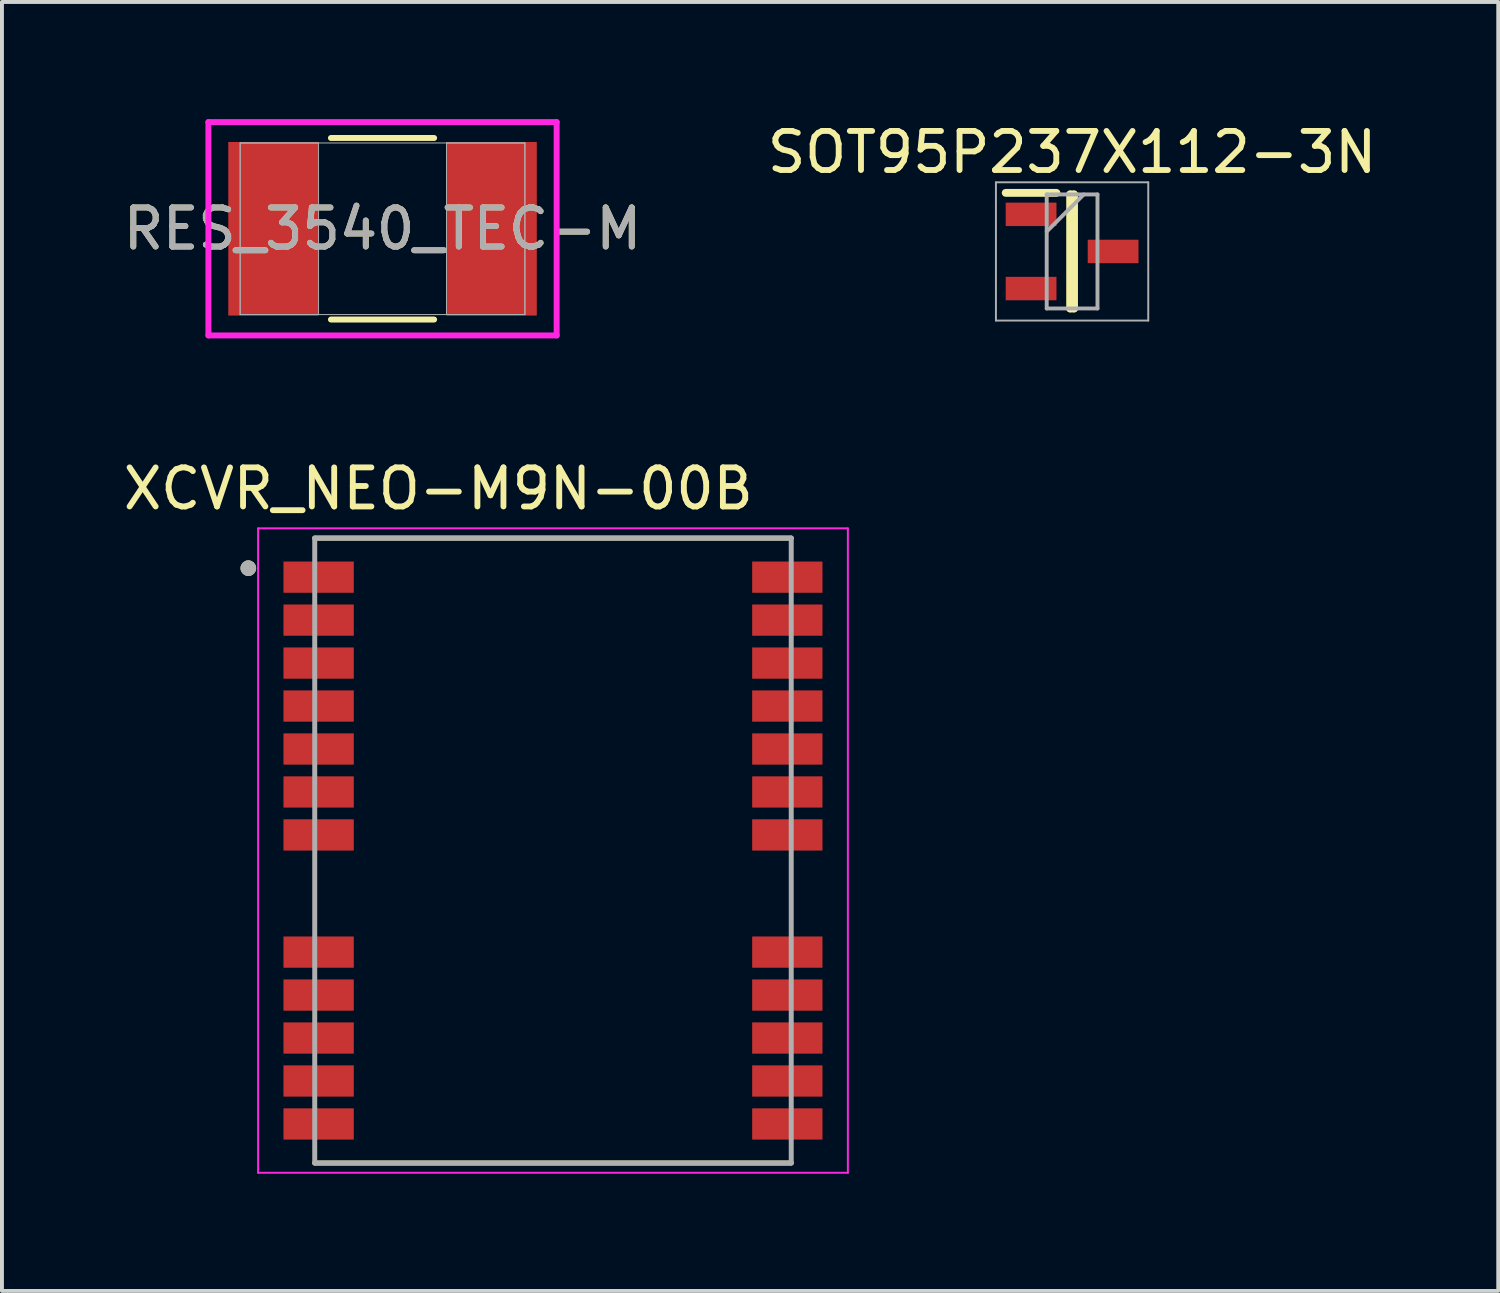
<source format=kicad_pcb>
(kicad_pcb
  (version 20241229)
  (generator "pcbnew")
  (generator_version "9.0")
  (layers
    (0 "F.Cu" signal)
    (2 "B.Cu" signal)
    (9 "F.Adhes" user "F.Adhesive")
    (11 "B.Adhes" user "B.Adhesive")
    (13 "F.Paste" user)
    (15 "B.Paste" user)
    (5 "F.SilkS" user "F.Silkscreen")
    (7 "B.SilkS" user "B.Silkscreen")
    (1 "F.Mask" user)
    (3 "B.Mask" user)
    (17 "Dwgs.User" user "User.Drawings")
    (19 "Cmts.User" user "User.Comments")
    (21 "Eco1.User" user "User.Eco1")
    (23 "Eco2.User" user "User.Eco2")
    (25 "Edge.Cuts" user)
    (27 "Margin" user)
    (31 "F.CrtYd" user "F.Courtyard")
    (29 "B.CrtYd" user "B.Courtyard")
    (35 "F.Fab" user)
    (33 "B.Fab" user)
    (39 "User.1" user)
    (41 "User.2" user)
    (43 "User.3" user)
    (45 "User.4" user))
  (footprint "RES_3540_TEC-M"
    (layer "F.Cu")
    (at 6.744 2.807)
    (property "Reference" "RES_3540_TEC-M" (at 0 0 0) (unlocked yes) (layer "F.SilkS") (effects (font (size 1 1) (thickness 0.15))))
    (attr smd)
    (fp_line (start -1.321 2.324) (end 1.321 2.324) (stroke (width 0.152) (type solid)) (layer "F.SilkS"))
    (fp_line (start 1.321 -2.324) (end -1.321 -2.324) (stroke (width 0.152) (type solid)) (layer "F.SilkS"))
    (fp_line (start -4.458 -2.731) (end 4.458 -2.731) (stroke (width 0.152) (type solid)) (layer "F.CrtYd"))
    (fp_line (start -4.458 2.731) (end -4.458 -2.731) (stroke (width 0.152) (type solid)) (layer "F.CrtYd"))
    (fp_line (start 4.458 -2.731) (end 4.458 2.731) (stroke (width 0.152) (type solid)) (layer "F.CrtYd"))
    (fp_line (start 4.458 2.731) (end -4.458 2.731) (stroke (width 0.152) (type solid)) (layer "F.CrtYd"))
    (fp_line (start -3.645 -2.197) (end -3.645 2.197) (stroke (width 0.025) (type solid)) (layer "F.Fab"))
    (fp_line (start -3.645 -2.197) (end -3.645 2.197) (stroke (width 0.025) (type solid)) (layer "F.Fab"))
    (fp_line (start -3.645 2.197) (end -1.638 2.197) (stroke (width 0.025) (type solid)) (layer "F.Fab"))
    (fp_line (start -3.645 2.197) (end 3.645 2.197) (stroke (width 0.025) (type solid)) (layer "F.Fab"))
    (fp_line (start -1.638 -2.197) (end -3.645 -2.197) (stroke (width 0.025) (type solid)) (layer "F.Fab"))
    (fp_line (start -1.638 2.197) (end -1.638 -2.197) (stroke (width 0.025) (type solid)) (layer "F.Fab"))
    (fp_line (start 1.638 -2.197) (end 1.638 2.197) (stroke (width 0.025) (type solid)) (layer "F.Fab"))
    (fp_line (start 1.638 2.197) (end 3.645 2.197) (stroke (width 0.025) (type solid)) (layer "F.Fab"))
    (fp_line (start 3.645 -2.197) (end -3.645 -2.197) (stroke (width 0.025) (type solid)) (layer "F.Fab"))
    (fp_line (start 3.645 -2.197) (end 1.638 -2.197) (stroke (width 0.025) (type solid)) (layer "F.Fab"))
    (fp_line (start 3.645 2.197) (end 3.645 -2.197) (stroke (width 0.025) (type solid)) (layer "F.Fab"))
    (fp_line (start 3.645 2.197) (end 3.645 -2.197) (stroke (width 0.025) (type solid)) (layer "F.Fab"))
    (fp_text user "${REFERENCE}" (at 0 0 0) (unlocked yes) (layer "F.Fab") (effects (font (size 1 1) (thickness 0.15))))
    (pad "1" smd rect (at -2.794 0) (size 2.311 4.445) (layers "F.Cu" "F.Mask" "F.Paste"))
    (pad "2" smd rect (at 2.794 0) (size 2.311 4.445) (layers "F.Cu" "F.Mask" "F.Paste"))
    (zone (net_name "") (layer "F.Cu") (hatch full 0.508) (connect_pads) (min_thickness 0.254) (filled_areas_thickness no) (keepout (tracks not_allowed) (vias not_allowed) (pads allowed) (copperpour not_allowed) (footprints allowed)) (placement (enabled no)) (fill) (polygon (pts (xy 5.157 0.66) (xy 8.332 0.66) (xy 8.332 4.953) (xy 5.157 4.953)))))
  (footprint "SOT95P237X112-3N"
    (layer "F.Cu")
    (at 24.399 3.388)
    (property "Reference" "SOT95P237X112-3N" (at 0 -2.54 0) (layer "F.SilkS") (effects (font (size 1 1) (thickness 0.15))))
    (attr smd)
    (fp_line (start -1.7 -1.5) (end -0.4 -1.5) (stroke (width 0.2) (type solid)) (layer "F.SilkS"))
    (fp_line (start -0.05 -1.46) (end 0.05 -1.46) (stroke (width 0.2) (type solid)) (layer "F.SilkS"))
    (fp_line (start -0.05 1.46) (end -0.05 -1.46) (stroke (width 0.2) (type solid)) (layer "F.SilkS"))
    (fp_line (start 0.05 -1.46) (end 0.05 1.46) (stroke (width 0.2) (type solid)) (layer "F.SilkS"))
    (fp_line (start 0.05 1.46) (end -0.05 1.46) (stroke (width 0.2) (type solid)) (layer "F.SilkS"))
    (fp_line (start -1.95 -1.77) (end 1.95 -1.77) (stroke (width 0.05) (type solid)) (layer "F.Fab"))
    (fp_line (start -1.95 1.77) (end -1.95 -1.77) (stroke (width 0.05) (type solid)) (layer "F.Fab"))
    (fp_line (start -0.65 -1.46) (end 0.65 -1.46) (stroke (width 0.1) (type solid)) (layer "F.Fab"))
    (fp_line (start -0.65 -0.51) (end 0.3 -1.46) (stroke (width 0.1) (type solid)) (layer "F.Fab"))
    (fp_line (start -0.65 1.46) (end -0.65 -1.46) (stroke (width 0.1) (type solid)) (layer "F.Fab"))
    (fp_line (start 0.65 -1.46) (end 0.65 1.46) (stroke (width 0.1) (type solid)) (layer "F.Fab"))
    (fp_line (start 0.65 1.46) (end -0.65 1.46) (stroke (width 0.1) (type solid)) (layer "F.Fab"))
    (fp_line (start 1.95 -1.77) (end 1.95 1.77) (stroke (width 0.05) (type solid)) (layer "F.Fab"))
    (fp_line (start 1.95 1.77) (end -1.95 1.77) (stroke (width 0.05) (type solid)) (layer "F.Fab"))
    (pad "1" smd rect (at -1.05 -0.95) (size 1.3 0.6) (layers "F.Cu" "F.Mask" "F.Paste"))
    (pad "2" smd rect (at -1.05 0.95) (size 1.3 0.6) (layers "F.Cu" "F.Mask" "F.Paste"))
    (pad "3" smd rect (at 1.05 0) (size 1.3 0.6) (layers "F.Cu" "F.Mask" "F.Paste")))
  (footprint "XCVR_NEO-M9N-00B"
    (layer "F.Cu")
    (at 11.108 18.727)
    (property "Reference" "XCVR_NEO-M9N-00B" (at -2.935 -9.265 0) (layer "F.SilkS") (effects (font (size 1 1) (thickness 0.15))))
    (attr through_hole)
    (fp_line (start -6.1 -8) (end 6.1 -8) (stroke (width 0.127) (type solid)) (layer "F.SilkS"))
    (fp_line (start 6.1 8) (end -6.1 8) (stroke (width 0.127) (type solid)) (layer "F.SilkS"))
    (fp_circle (center -7.8 -7.23) (end -7.7 -7.23) (stroke (width 0.2) (type solid)) (fill no) (layer "F.SilkS"))
    (fp_poly (pts (xy -7.3 -7.4) (xy -6.1 -7.4) (xy -6.1 -7.3) (xy -5.2 -7.3) (xy -5.2 -6.7) (xy -6.1 -6.7) (xy -6.1 -6.6) (xy -7.3 -6.6)) (stroke (width 0.01) (type solid)) (fill yes) (layer "F.Paste"))
    (fp_poly (pts (xy -7.3 -6.3) (xy -6.1 -6.3) (xy -6.1 -6.2) (xy -5.2 -6.2) (xy -5.2 -5.6) (xy -6.1 -5.6) (xy -6.1 -5.5) (xy -7.3 -5.5)) (stroke (width 0.01) (type solid)) (fill yes) (layer "F.Paste"))
    (fp_poly (pts (xy -7.3 -5.2) (xy -6.1 -5.2) (xy -6.1 -5.1) (xy -5.2 -5.1) (xy -5.2 -4.5) (xy -6.1 -4.5) (xy -6.1 -4.4) (xy -7.3 -4.4)) (stroke (width 0.01) (type solid)) (fill yes) (layer "F.Paste"))
    (fp_poly (pts (xy -7.3 -4.1) (xy -6.1 -4.1) (xy -6.1 -4) (xy -5.2 -4) (xy -5.2 -3.4) (xy -6.1 -3.4) (xy -6.1 -3.3) (xy -7.3 -3.3)) (stroke (width 0.01) (type solid)) (fill yes) (layer "F.Paste"))
    (fp_poly (pts (xy -7.3 -3) (xy -6.1 -3) (xy -6.1 -2.9) (xy -5.2 -2.9) (xy -5.2 -2.3) (xy -6.1 -2.3) (xy -6.1 -2.2) (xy -7.3 -2.2)) (stroke (width 0.01) (type solid)) (fill yes) (layer "F.Paste"))
    (fp_poly (pts (xy -7.3 -1.9) (xy -6.1 -1.9) (xy -6.1 -1.8) (xy -5.2 -1.8) (xy -5.2 -1.2) (xy -6.1 -1.2) (xy -6.1 -1.1) (xy -7.3 -1.1)) (stroke (width 0.01) (type solid)) (fill yes) (layer "F.Paste"))
    (fp_poly (pts (xy -7.3 -0.8) (xy -6.1 -0.8) (xy -6.1 -0.7) (xy -5.2 -0.7) (xy -5.2 -0.1) (xy -6.1 -0.1) (xy -6.1 0) (xy -7.3 0)) (stroke (width 0.01) (type solid)) (fill yes) (layer "F.Paste"))
    (fp_poly (pts (xy -7.3 2.2) (xy -6.1 2.2) (xy -6.1 2.3) (xy -5.2 2.3) (xy -5.2 2.9) (xy -6.1 2.9) (xy -6.1 3) (xy -7.3 3)) (stroke (width 0.01) (type solid)) (fill yes) (layer "F.Paste"))
    (fp_poly (pts (xy -7.3 3.3) (xy -6.1 3.3) (xy -6.1 3.4) (xy -5.2 3.4) (xy -5.2 4) (xy -6.1 4) (xy -6.1 4.1) (xy -7.3 4.1)) (stroke (width 0.01) (type solid)) (fill yes) (layer "F.Paste"))
    (fp_poly (pts (xy -7.3 4.4) (xy -6.1 4.4) (xy -6.1 4.5) (xy -5.2 4.5) (xy -5.2 5.1) (xy -6.1 5.1) (xy -6.1 5.2) (xy -7.3 5.2)) (stroke (width 0.01) (type solid)) (fill yes) (layer "F.Paste"))
    (fp_poly (pts (xy -7.3 5.5) (xy -6.1 5.5) (xy -6.1 5.6) (xy -5.2 5.6) (xy -5.2 6.2) (xy -6.1 6.2) (xy -6.1 6.3) (xy -7.3 6.3)) (stroke (width 0.01) (type solid)) (fill yes) (layer "F.Paste"))
    (fp_poly (pts (xy -7.3 6.6) (xy -6.1 6.6) (xy -6.1 6.7) (xy -5.2 6.7) (xy -5.2 7.3) (xy -6.1 7.3) (xy -6.1 7.4) (xy -7.3 7.4)) (stroke (width 0.01) (type solid)) (fill yes) (layer "F.Paste"))
    (fp_poly (pts (xy 5.2 -7.3) (xy 6.1 -7.3) (xy 6.1 -7.4) (xy 7.3 -7.4) (xy 7.3 -6.6) (xy 6.1 -6.6) (xy 6.1 -6.7) (xy 5.2 -6.7)) (stroke (width 0.01) (type solid)) (fill yes) (layer "F.Paste"))
    (fp_poly (pts (xy 5.2 -6.2) (xy 6.1 -6.2) (xy 6.1 -6.3) (xy 7.3 -6.3) (xy 7.3 -5.5) (xy 6.1 -5.5) (xy 6.1 -5.6) (xy 5.2 -5.6)) (stroke (width 0.01) (type solid)) (fill yes) (layer "F.Paste"))
    (fp_poly (pts (xy 5.2 -5.1) (xy 6.1 -5.1) (xy 6.1 -5.2) (xy 7.3 -5.2) (xy 7.3 -4.4) (xy 6.1 -4.4) (xy 6.1 -4.5) (xy 5.2 -4.5)) (stroke (width 0.01) (type solid)) (fill yes) (layer "F.Paste"))
    (fp_poly (pts (xy 5.2 -4) (xy 6.1 -4) (xy 6.1 -4.1) (xy 7.3 -4.1) (xy 7.3 -3.3) (xy 6.1 -3.3) (xy 6.1 -3.4) (xy 5.2 -3.4)) (stroke (width 0.01) (type solid)) (fill yes) (layer "F.Paste"))
    (fp_poly (pts (xy 5.2 -2.9) (xy 6.1 -2.9) (xy 6.1 -3) (xy 7.3 -3) (xy 7.3 -2.2) (xy 6.1 -2.2) (xy 6.1 -2.3) (xy 5.2 -2.3)) (stroke (width 0.01) (type solid)) (fill yes) (layer "F.Paste"))
    (fp_poly (pts (xy 5.2 -1.8) (xy 6.1 -1.8) (xy 6.1 -1.9) (xy 7.3 -1.9) (xy 7.3 -1.1) (xy 6.1 -1.1) (xy 6.1 -1.2) (xy 5.2 -1.2)) (stroke (width 0.01) (type solid)) (fill yes) (layer "F.Paste"))
    (fp_poly (pts (xy 5.2 -0.7) (xy 6.1 -0.7) (xy 6.1 -0.8) (xy 7.3 -0.8) (xy 7.3 0) (xy 6.1 0) (xy 6.1 -0.1) (xy 5.2 -0.1)) (stroke (width 0.01) (type solid)) (fill yes) (layer "F.Paste"))
    (fp_poly (pts (xy 5.2 2.3) (xy 6.1 2.3) (xy 6.1 2.2) (xy 7.3 2.2) (xy 7.3 3) (xy 6.1 3) (xy 6.1 2.9) (xy 5.2 2.9)) (stroke (width 0.01) (type solid)) (fill yes) (layer "F.Paste"))
    (fp_poly (pts (xy 5.2 3.4) (xy 6.1 3.4) (xy 6.1 3.3) (xy 7.3 3.3) (xy 7.3 4.1) (xy 6.1 4.1) (xy 6.1 4) (xy 5.2 4)) (stroke (width 0.01) (type solid)) (fill yes) (layer "F.Paste"))
    (fp_poly (pts (xy 5.2 4.5) (xy 6.1 4.5) (xy 6.1 4.4) (xy 7.3 4.4) (xy 7.3 5.2) (xy 6.1 5.2) (xy 6.1 5.1) (xy 5.2 5.1)) (stroke (width 0.01) (type solid)) (fill yes) (layer "F.Paste"))
    (fp_poly (pts (xy 5.2 5.6) (xy 6.1 5.6) (xy 6.1 5.5) (xy 7.3 5.5) (xy 7.3 6.3) (xy 6.1 6.3) (xy 6.1 6.2) (xy 5.2 6.2)) (stroke (width 0.01) (type solid)) (fill yes) (layer "F.Paste"))
    (fp_poly (pts (xy 5.2 6.7) (xy 6.1 6.7) (xy 6.1 6.6) (xy 7.3 6.6) (xy 7.3 7.4) (xy 6.1 7.4) (xy 6.1 7.3) (xy 5.2 7.3)) (stroke (width 0.01) (type solid)) (fill yes) (layer "F.Paste"))
    (fp_line (start -7.55 -8.25) (end 7.55 -8.25) (stroke (width 0.05) (type solid)) (layer "F.CrtYd"))
    (fp_line (start -7.55 8.25) (end -7.55 -8.25) (stroke (width 0.05) (type solid)) (layer "F.CrtYd"))
    (fp_line (start 7.55 -8.25) (end 7.55 8.25) (stroke (width 0.05) (type solid)) (layer "F.CrtYd"))
    (fp_line (start 7.55 8.25) (end -7.55 8.25) (stroke (width 0.05) (type solid)) (layer "F.CrtYd"))
    (fp_line (start -6.1 -8) (end -6.1 8) (stroke (width 0.127) (type solid)) (layer "F.Fab"))
    (fp_line (start 6.1 -8) (end -6.1 -8) (stroke (width 0.127) (type solid)) (layer "F.Fab"))
    (fp_line (start 6.1 8) (end -6.1 8) (stroke (width 0.127) (type solid)) (layer "F.Fab"))
    (fp_line (start 6.1 8) (end 6.1 -8) (stroke (width 0.127) (type solid)) (layer "F.Fab"))
    (fp_circle (center -7.8 -7.23) (end -7.7 -7.23) (stroke (width 0.2) (type solid)) (fill no) (layer "F.Fab"))
    (pad "1" smd rect (at -6 -7) (size 1.8 0.8) (layers "F.Cu" "F.Mask"))
    (pad "2" smd rect (at -6 -5.9) (size 1.8 0.8) (layers "F.Cu" "F.Mask"))
    (pad "3" smd rect (at -6 -4.8) (size 1.8 0.8) (layers "F.Cu" "F.Mask"))
    (pad "4" smd rect (at -6 -3.7) (size 1.8 0.8) (layers "F.Cu" "F.Mask"))
    (pad "5" smd rect (at -6 -2.6) (size 1.8 0.8) (layers "F.Cu" "F.Mask"))
    (pad "6" smd rect (at -6 -1.5) (size 1.8 0.8) (layers "F.Cu" "F.Mask"))
    (pad "7" smd rect (at -6 -0.4) (size 1.8 0.8) (layers "F.Cu" "F.Mask"))
    (pad "8" smd rect (at -6 2.6) (size 1.8 0.8) (layers "F.Cu" "F.Mask"))
    (pad "9" smd rect (at -6 3.7) (size 1.8 0.8) (layers "F.Cu" "F.Mask"))
    (pad "10" smd rect (at -6 4.8) (size 1.8 0.8) (layers "F.Cu" "F.Mask"))
    (pad "11" smd rect (at -6 5.9) (size 1.8 0.8) (layers "F.Cu" "F.Mask"))
    (pad "12" smd rect (at -6 7) (size 1.8 0.8) (layers "F.Cu" "F.Mask"))
    (pad "13" smd rect (at 6 7) (size 1.8 0.8) (layers "F.Cu" "F.Mask"))
    (pad "14" smd rect (at 6 5.9) (size 1.8 0.8) (layers "F.Cu" "F.Mask"))
    (pad "15" smd rect (at 6 4.8) (size 1.8 0.8) (layers "F.Cu" "F.Mask"))
    (pad "16" smd rect (at 6 3.7) (size 1.8 0.8) (layers "F.Cu" "F.Mask"))
    (pad "17" smd rect (at 6 2.6) (size 1.8 0.8) (layers "F.Cu" "F.Mask"))
    (pad "18" smd rect (at 6 -0.4) (size 1.8 0.8) (layers "F.Cu" "F.Mask"))
    (pad "19" smd rect (at 6 -1.5) (size 1.8 0.8) (layers "F.Cu" "F.Mask"))
    (pad "20" smd rect (at 6 -2.6) (size 1.8 0.8) (layers "F.Cu" "F.Mask"))
    (pad "21" smd rect (at 6 -3.7) (size 1.8 0.8) (layers "F.Cu" "F.Mask"))
    (pad "22" smd rect (at 6 -4.8) (size 1.8 0.8) (layers "F.Cu" "F.Mask"))
    (pad "23" smd rect (at 6 -5.9) (size 1.8 0.8) (layers "F.Cu" "F.Mask"))
    (pad "24" smd rect (at 6 -7) (size 1.8 0.8) (layers "F.Cu" "F.Mask")))
  (gr_rect
    (start -3 -3)
    (end 35.31 30.002)
    (stroke (width 0.1) (type default))
    (fill no)
    (layer "Edge.Cuts")))
</source>
